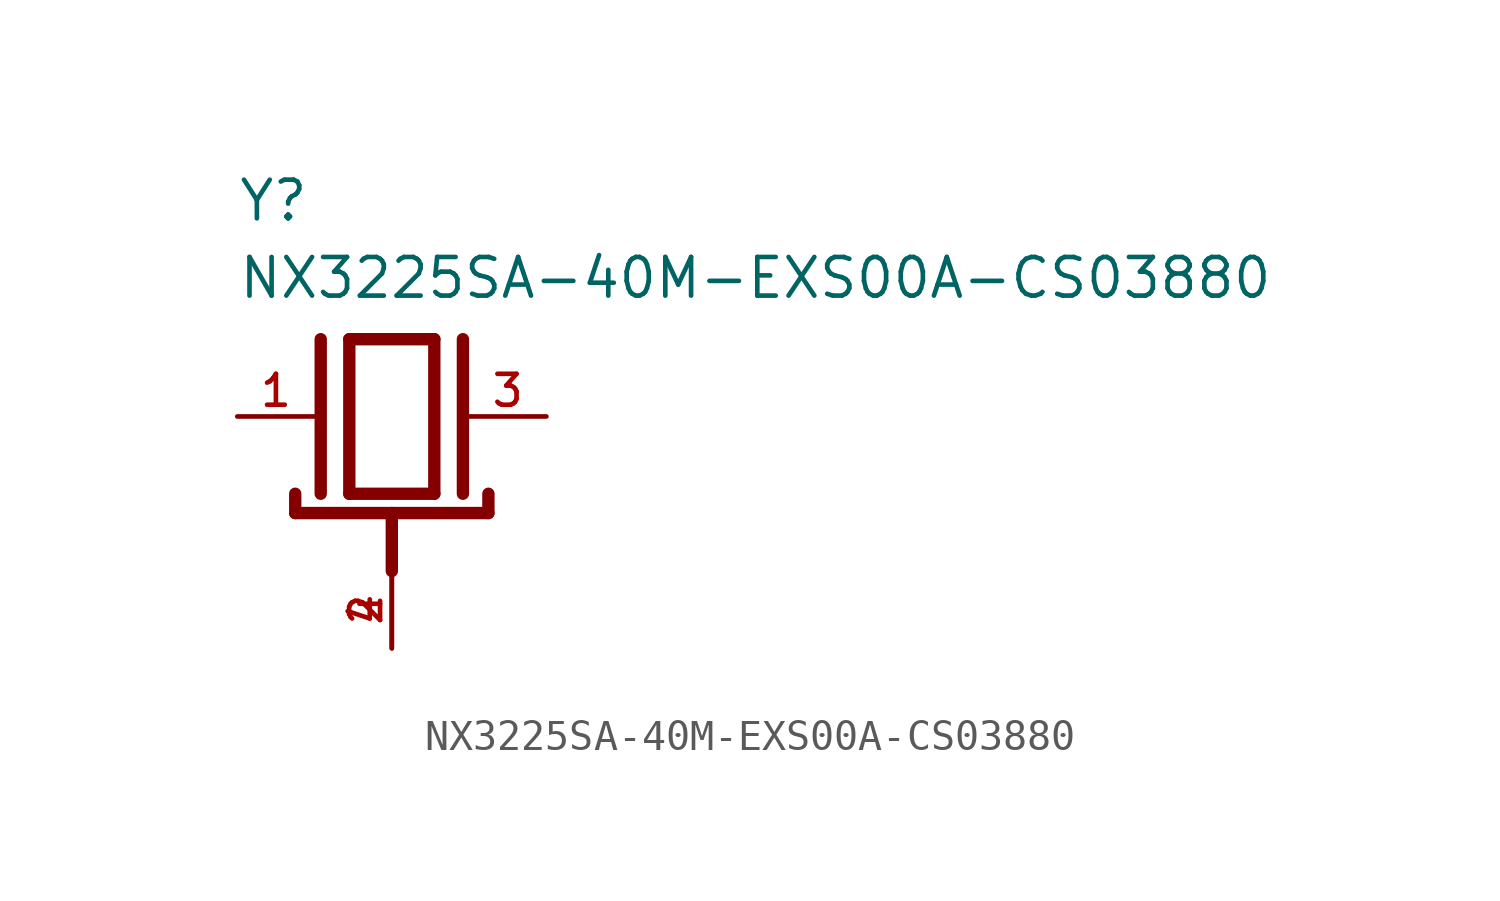
<source format=kicad_sym>
(kicad_symbol_lib
  (version 20211014)
  (generator kicad_symbol_editor)
  (symbol "NX3225SA-40M-EXS00A-CS03880"
    (pin_names
      (offset 1.016))
    (property "Reference" "Y"
      (at -5.08 6.35 0)
      (effects (font (size 1.27 1.27)) (justify bottom left)))
    (property "Value" "NX3225SA-40M-EXS00A-CS03880"
      (at -5.08 3.81 0)
      (effects (font (size 1.27 1.27)) (justify bottom left)))
    (symbol "NX3225SA-40M-EXS00A-CS03880_0_0"
      (polyline (pts (xy -1.397 2.54) (xy 1.397 2.54)) (stroke (width 0.406)))
      (polyline (pts (xy 1.397 2.54) (xy 1.397 -2.54)) (stroke (width 0.406)))
      (polyline (pts (xy 1.397 -2.54) (xy -1.397 -2.54)) (stroke (width 0.406)))
      (polyline (pts (xy -1.397 2.54) (xy -1.397 -2.54)) (stroke (width 0.406)))
      (polyline (pts (xy 2.337 2.54) (xy 2.337 -2.54)) (stroke (width 0.406)))
      (polyline (pts (xy -2.337 2.54) (xy -2.337 -2.54)) (stroke (width 0.406)))
      (polyline (pts (xy -3.175 -2.54) (xy -3.175 -3.175)) (stroke (width 0.406)))
      (polyline (pts (xy -3.175 -3.175) (xy 0.0 -3.175)) (stroke (width 0.406)))
      (polyline (pts (xy 0.0 -3.175) (xy 3.175 -3.175)) (stroke (width 0.406)))
      (polyline (pts (xy 3.175 -3.175) (xy 3.175 -2.54)) (stroke (width 0.406)))
      (polyline (pts (xy 0.0 -5.08) (xy 0.0 -3.175)) (stroke (width 0.406)))
      (pin passive line (at -5.08 0.0 0) (length 2.54) (name "~" (effects (font (size 1.016 1.016)))) (number "1" (effects (font (size 1.016 1.016)))))
      (pin passive line (at 5.08 0.0 180.0) (length 2.54) (name "~" (effects (font (size 1.016 1.016)))) (number "3" (effects (font (size 1.016 1.016)))))
      (pin power_in line (at 0.0 -7.62 90.0) (length 2.54) (name "~" (effects (font (size 1.016 1.016)))) (number "2" (effects (font (size 1.016 1.016)))))
      (pin power_in line (at 0.0 -7.62 90.0) (length 2.54) (name "~" (effects (font (size 1.016 1.016)))) (number "4" (effects (font (size 1.016 1.016))))))))
</source>
